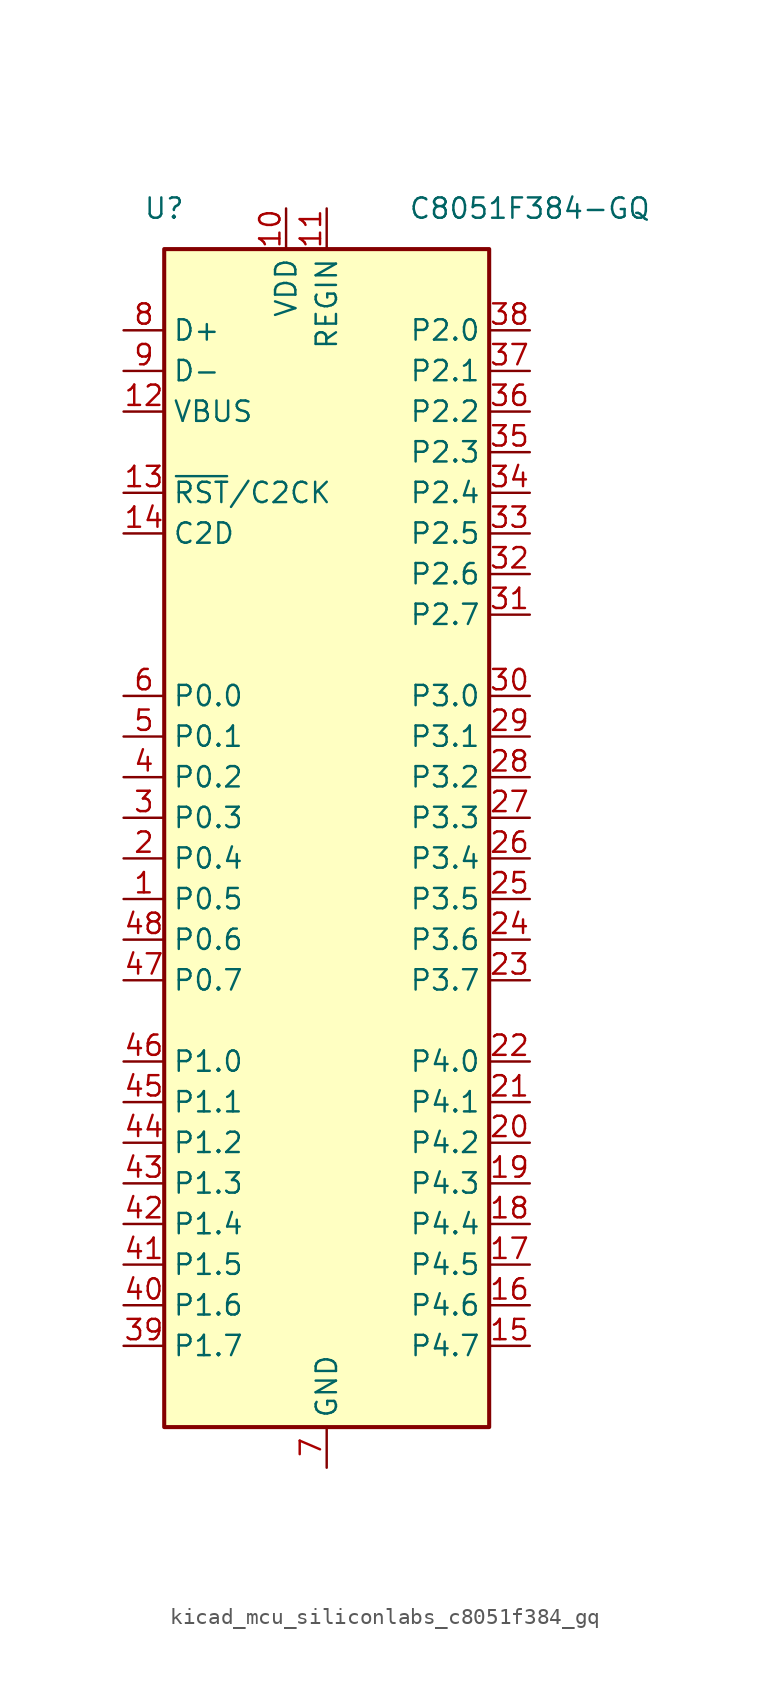
<source format=kicad_sym>
(kicad_symbol_lib
  (version 20220914)
  (generator kicad_symbol_editor)
  (symbol "kicad_mcu_siliconlabs_c8051f384_gq"
    (property "Reference" "U"
      (at -10.16 40.64 0)
      (effects (font (size 1.27 1.27))))
    (property "Value" "C8051F384-GQ"
      (at 12.7 40.64 0)
      (effects (font (size 1.27 1.27))))
    (symbol "kicad_mcu_siliconlabs_c8051f384_gq_0_1"
      (rectangle (start -10.16 38.1) (end 10.16 -35.56) (stroke (width 0.254) (type default)) (fill (type background))))
    (symbol "kicad_mcu_siliconlabs_c8051f384_gq_1_1"
      (pin bidirectional line (at -12.7 -2.54 0) (length 2.54) (name "P0.5" (effects (font (size 1.27 1.27)))) (number "1" (effects (font (size 1.27 1.27)))))
      (pin power_in line (at -2.54 40.64 270) (length 2.54) (name "VDD" (effects (font (size 1.27 1.27)))) (number "10" (effects (font (size 1.27 1.27)))))
      (pin power_in line (at 0 40.64 270) (length 2.54) (name "REGIN" (effects (font (size 1.27 1.27)))) (number "11" (effects (font (size 1.27 1.27)))))
      (pin input line (at -12.7 27.94 0) (length 2.54) (name "VBUS" (effects (font (size 1.27 1.27)))) (number "12" (effects (font (size 1.27 1.27)))))
      (pin input line (at -12.7 22.86 0) (length 2.54) (name "~{RST}/C2CK" (effects (font (size 1.27 1.27)))) (number "13" (effects (font (size 1.27 1.27)))))
      (pin bidirectional line (at -12.7 20.32 0) (length 2.54) (name "C2D" (effects (font (size 1.27 1.27)))) (number "14" (effects (font (size 1.27 1.27)))))
      (pin bidirectional line (at 12.7 -30.48 180) (length 2.54) (name "P4.7" (effects (font (size 1.27 1.27)))) (number "15" (effects (font (size 1.27 1.27)))))
      (pin bidirectional line (at 12.7 -27.94 180) (length 2.54) (name "P4.6" (effects (font (size 1.27 1.27)))) (number "16" (effects (font (size 1.27 1.27)))))
      (pin bidirectional line (at 12.7 -25.4 180) (length 2.54) (name "P4.5" (effects (font (size 1.27 1.27)))) (number "17" (effects (font (size 1.27 1.27)))))
      (pin bidirectional line (at 12.7 -22.86 180) (length 2.54) (name "P4.4" (effects (font (size 1.27 1.27)))) (number "18" (effects (font (size 1.27 1.27)))))
      (pin bidirectional line (at 12.7 -20.32 180) (length 2.54) (name "P4.3" (effects (font (size 1.27 1.27)))) (number "19" (effects (font (size 1.27 1.27)))))
      (pin bidirectional line (at -12.7 0 0) (length 2.54) (name "P0.4" (effects (font (size 1.27 1.27)))) (number "2" (effects (font (size 1.27 1.27)))))
      (pin bidirectional line (at 12.7 -17.78 180) (length 2.54) (name "P4.2" (effects (font (size 1.27 1.27)))) (number "20" (effects (font (size 1.27 1.27)))))
      (pin bidirectional line (at 12.7 -15.24 180) (length 2.54) (name "P4.1" (effects (font (size 1.27 1.27)))) (number "21" (effects (font (size 1.27 1.27)))))
      (pin bidirectional line (at 12.7 -12.7 180) (length 2.54) (name "P4.0" (effects (font (size 1.27 1.27)))) (number "22" (effects (font (size 1.27 1.27)))))
      (pin bidirectional line (at 12.7 -7.62 180) (length 2.54) (name "P3.7" (effects (font (size 1.27 1.27)))) (number "23" (effects (font (size 1.27 1.27)))))
      (pin bidirectional line (at 12.7 -5.08 180) (length 2.54) (name "P3.6" (effects (font (size 1.27 1.27)))) (number "24" (effects (font (size 1.27 1.27)))))
      (pin bidirectional line (at 12.7 -2.54 180) (length 2.54) (name "P3.5" (effects (font (size 1.27 1.27)))) (number "25" (effects (font (size 1.27 1.27)))))
      (pin bidirectional line (at 12.7 0 180) (length 2.54) (name "P3.4" (effects (font (size 1.27 1.27)))) (number "26" (effects (font (size 1.27 1.27)))))
      (pin bidirectional line (at 12.7 2.54 180) (length 2.54) (name "P3.3" (effects (font (size 1.27 1.27)))) (number "27" (effects (font (size 1.27 1.27)))))
      (pin bidirectional line (at 12.7 5.08 180) (length 2.54) (name "P3.2" (effects (font (size 1.27 1.27)))) (number "28" (effects (font (size 1.27 1.27)))))
      (pin bidirectional line (at 12.7 7.62 180) (length 2.54) (name "P3.1" (effects (font (size 1.27 1.27)))) (number "29" (effects (font (size 1.27 1.27)))))
      (pin bidirectional line (at -12.7 2.54 0) (length 2.54) (name "P0.3" (effects (font (size 1.27 1.27)))) (number "3" (effects (font (size 1.27 1.27)))))
      (pin bidirectional line (at 12.7 10.16 180) (length 2.54) (name "P3.0" (effects (font (size 1.27 1.27)))) (number "30" (effects (font (size 1.27 1.27)))))
      (pin bidirectional line (at 12.7 15.24 180) (length 2.54) (name "P2.7" (effects (font (size 1.27 1.27)))) (number "31" (effects (font (size 1.27 1.27)))))
      (pin bidirectional line (at 12.7 17.78 180) (length 2.54) (name "P2.6" (effects (font (size 1.27 1.27)))) (number "32" (effects (font (size 1.27 1.27)))))
      (pin bidirectional line (at 12.7 20.32 180) (length 2.54) (name "P2.5" (effects (font (size 1.27 1.27)))) (number "33" (effects (font (size 1.27 1.27)))))
      (pin bidirectional line (at 12.7 22.86 180) (length 2.54) (name "P2.4" (effects (font (size 1.27 1.27)))) (number "34" (effects (font (size 1.27 1.27)))))
      (pin bidirectional line (at 12.7 25.4 180) (length 2.54) (name "P2.3" (effects (font (size 1.27 1.27)))) (number "35" (effects (font (size 1.27 1.27)))))
      (pin bidirectional line (at 12.7 27.94 180) (length 2.54) (name "P2.2" (effects (font (size 1.27 1.27)))) (number "36" (effects (font (size 1.27 1.27)))))
      (pin bidirectional line (at 12.7 30.48 180) (length 2.54) (name "P2.1" (effects (font (size 1.27 1.27)))) (number "37" (effects (font (size 1.27 1.27)))))
      (pin bidirectional line (at 12.7 33.02 180) (length 2.54) (name "P2.0" (effects (font (size 1.27 1.27)))) (number "38" (effects (font (size 1.27 1.27)))))
      (pin bidirectional line (at -12.7 -30.48 0) (length 2.54) (name "P1.7" (effects (font (size 1.27 1.27)))) (number "39" (effects (font (size 1.27 1.27)))))
      (pin bidirectional line (at -12.7 5.08 0) (length 2.54) (name "P0.2" (effects (font (size 1.27 1.27)))) (number "4" (effects (font (size 1.27 1.27)))))
      (pin bidirectional line (at -12.7 -27.94 0) (length 2.54) (name "P1.6" (effects (font (size 1.27 1.27)))) (number "40" (effects (font (size 1.27 1.27)))))
      (pin bidirectional line (at -12.7 -25.4 0) (length 2.54) (name "P1.5" (effects (font (size 1.27 1.27)))) (number "41" (effects (font (size 1.27 1.27)))))
      (pin bidirectional line (at -12.7 -22.86 0) (length 2.54) (name "P1.4" (effects (font (size 1.27 1.27)))) (number "42" (effects (font (size 1.27 1.27)))))
      (pin bidirectional line (at -12.7 -20.32 0) (length 2.54) (name "P1.3" (effects (font (size 1.27 1.27)))) (number "43" (effects (font (size 1.27 1.27)))))
      (pin bidirectional line (at -12.7 -17.78 0) (length 2.54) (name "P1.2" (effects (font (size 1.27 1.27)))) (number "44" (effects (font (size 1.27 1.27)))))
      (pin bidirectional line (at -12.7 -15.24 0) (length 2.54) (name "P1.1" (effects (font (size 1.27 1.27)))) (number "45" (effects (font (size 1.27 1.27)))))
      (pin bidirectional line (at -12.7 -12.7 0) (length 2.54) (name "P1.0" (effects (font (size 1.27 1.27)))) (number "46" (effects (font (size 1.27 1.27)))))
      (pin bidirectional line (at -12.7 -7.62 0) (length 2.54) (name "P0.7" (effects (font (size 1.27 1.27)))) (number "47" (effects (font (size 1.27 1.27)))))
      (pin bidirectional line (at -12.7 -5.08 0) (length 2.54) (name "P0.6" (effects (font (size 1.27 1.27)))) (number "48" (effects (font (size 1.27 1.27)))))
      (pin bidirectional line (at -12.7 7.62 0) (length 2.54) (name "P0.1" (effects (font (size 1.27 1.27)))) (number "5" (effects (font (size 1.27 1.27)))))
      (pin bidirectional line (at -12.7 10.16 0) (length 2.54) (name "P0.0" (effects (font (size 1.27 1.27)))) (number "6" (effects (font (size 1.27 1.27)))))
      (pin power_in line (at 0 -38.1 90) (length 2.54) (name "GND" (effects (font (size 1.27 1.27)))) (number "7" (effects (font (size 1.27 1.27)))))
      (pin bidirectional line (at -12.7 33.02 0) (length 2.54) (name "D+" (effects (font (size 1.27 1.27)))) (number "8" (effects (font (size 1.27 1.27)))))
      (pin bidirectional line (at -12.7 30.48 0) (length 2.54) (name "D-" (effects (font (size 1.27 1.27)))) (number "9" (effects (font (size 1.27 1.27))))))))
</source>
